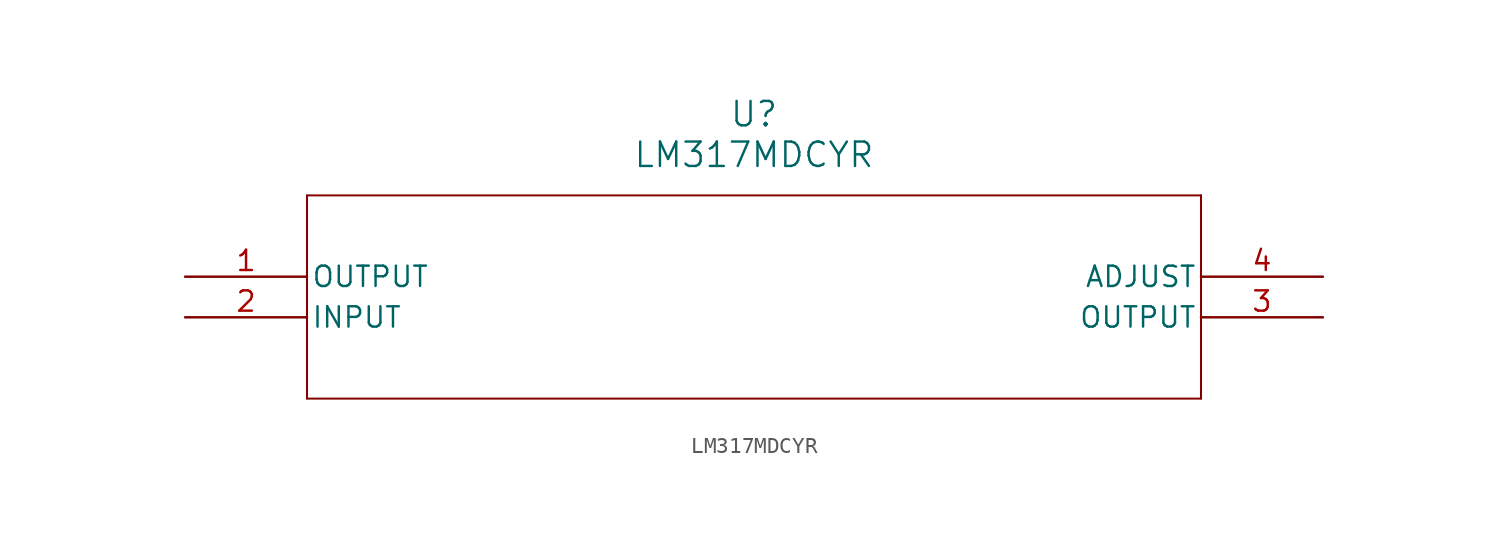
<source format=kicad_sym>
(kicad_symbol_lib
  (version 20211014)
  (generator kicad_symbol_editor)
  (symbol "LM317MDCYR"
    (pin_names
      (offset 0.254))
    (property "Reference" "U"
      (at 35.56 10.16 0)
      (effects (font (size 1.524 1.524))))
    (property "Value" "LM317MDCYR"
      (at 35.56 7.62 0)
      (effects (font (size 1.524 1.524))))
    (symbol "LM317MDCYR_0_1"
      (polyline (pts (xy 7.62 5.08) (xy 7.62 -7.62)) (stroke (width 0.127) (type default) (color 0 0 0 0)) (fill (type none)))
      (polyline (pts (xy 7.62 -7.62) (xy 63.5 -7.62)) (stroke (width 0.127) (type default) (color 0 0 0 0)) (fill (type none)))
      (polyline (pts (xy 63.5 -7.62) (xy 63.5 5.08)) (stroke (width 0.127) (type default) (color 0 0 0 0)) (fill (type none)))
      (polyline (pts (xy 63.5 5.08) (xy 7.62 5.08)) (stroke (width 0.127) (type default) (color 0 0 0 0)) (fill (type none)))
      (pin output line (at 0 0 0) (length 7.62) (name "OUTPUT" (effects (font (size 1.27 1.27)))) (number "1" (effects (font (size 1.27 1.27)))))
      (pin input line (at 0 -2.54 0) (length 7.62) (name "INPUT" (effects (font (size 1.27 1.27)))) (number "2" (effects (font (size 1.27 1.27)))))
      (pin output line (at 71.12 -2.54 180) (length 7.62) (name "OUTPUT" (effects (font (size 1.27 1.27)))) (number "3" (effects (font (size 1.27 1.27)))))
      (pin unspecified line (at 71.12 0 180) (length 7.62) (name "ADJUST" (effects (font (size 1.27 1.27)))) (number "4" (effects (font (size 1.27 1.27))))))))
</source>
